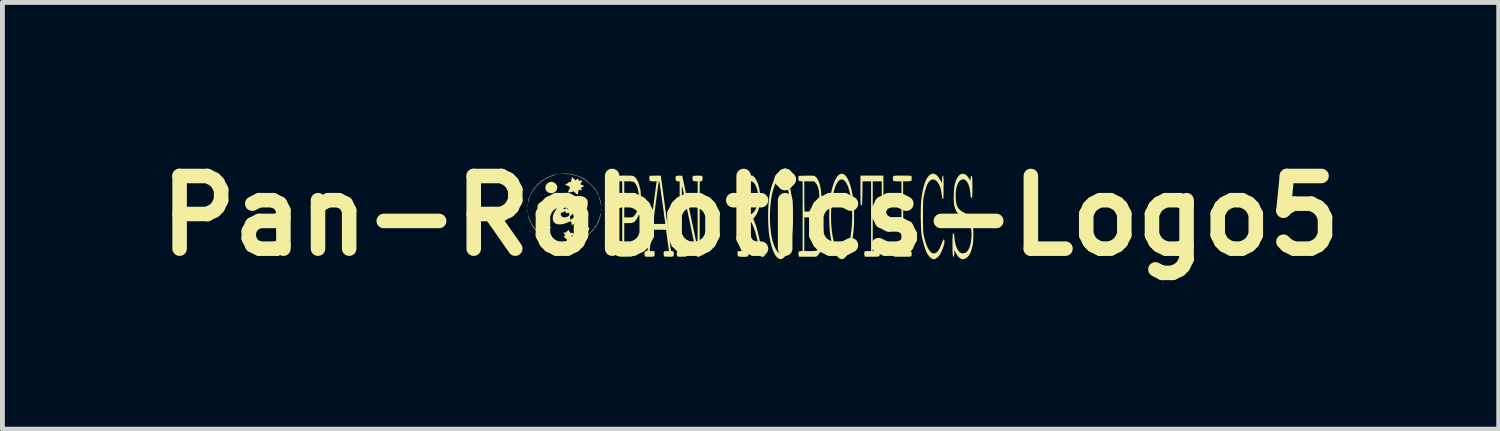
<source format=kicad_pcb>
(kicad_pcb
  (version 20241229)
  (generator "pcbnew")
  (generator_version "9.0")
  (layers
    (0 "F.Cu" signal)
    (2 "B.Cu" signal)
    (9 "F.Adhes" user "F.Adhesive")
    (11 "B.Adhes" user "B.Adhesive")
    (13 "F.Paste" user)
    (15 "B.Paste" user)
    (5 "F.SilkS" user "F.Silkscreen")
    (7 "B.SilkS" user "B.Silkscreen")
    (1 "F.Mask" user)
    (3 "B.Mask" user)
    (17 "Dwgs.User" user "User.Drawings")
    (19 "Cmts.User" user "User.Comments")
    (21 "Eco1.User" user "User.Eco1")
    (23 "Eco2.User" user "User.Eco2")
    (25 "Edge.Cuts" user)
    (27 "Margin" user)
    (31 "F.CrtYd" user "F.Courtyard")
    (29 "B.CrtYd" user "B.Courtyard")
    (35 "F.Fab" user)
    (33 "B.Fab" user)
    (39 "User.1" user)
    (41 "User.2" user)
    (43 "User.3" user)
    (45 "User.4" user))
  (footprint "Pan-Robotics-Logo5"
    (layer "F.Cu")
    (at 12.443 1.404)
    (property "Reference" "Pan-Robotics-Logo5" (at 0 0 0) (layer "F.SilkS") (effects (font (size 1.5 1.5) (thickness 0.3))))
    (attr board_only exclude_from_pos_files exclude_from_bom)
    (fp_poly (pts (xy -4.59 -0.036) (xy -4.589 -0.019) (xy -4.59 -0.015) (xy -4.593 -0.014) (xy -4.595 -0.025) (xy -4.593 -0.037)) (stroke (width 0) (type solid)) (fill yes) (layer "F.SilkS"))
    (fp_poly (pts (xy -3.084 -0.222) (xy -3.083 -0.205) (xy -3.084 -0.201) (xy -3.087 -0.2) (xy -3.088 -0.212) (xy -3.087 -0.224)) (stroke (width 0) (type solid)) (fill yes) (layer "F.SilkS"))
    (fp_poly (pts (xy -4.598 -0.235) (xy -4.597 -0.208) (xy -4.598 -0.188) (xy -4.6 -0.183) (xy -4.601 -0.193) (xy -4.602 -0.212) (xy -4.601 -0.232) (xy -4.6 -0.24)) (stroke (width 0) (type solid)) (fill yes) (layer "F.SilkS"))
    (fp_poly (pts (xy -3.959 -0.86) (xy -3.959 -0.858) (xy -3.972 -0.856) (xy -3.974 -0.856) (xy -3.987 -0.858) (xy -3.986 -0.86) (xy -3.984 -0.861) (xy -3.966 -0.862)) (stroke (width 0) (type solid)) (fill yes) (layer "F.SilkS"))
    (fp_poly (pts (xy -3.083 -0.133) (xy -3.082 -0.108) (xy -3.083 -0.091) (xy -3.085 -0.087) (xy -3.087 -0.099) (xy -3.087 -0.114) (xy -3.086 -0.133) (xy -3.085 -0.139)) (stroke (width 0) (type solid)) (fill yes) (layer "F.SilkS"))
    (fp_poly (pts (xy -4.598 -0.121) (xy -4.598 -0.12) (xy -4.597 -0.093) (xy -4.598 -0.07) (xy -4.6 -0.065) (xy -4.601 -0.075) (xy -4.602 -0.097) (xy -4.601 -0.119) (xy -4.6 -0.127)) (stroke (width 0) (type solid)) (fill yes) (layer "F.SilkS"))
    (fp_poly (pts (xy -3.353 0.234) (xy -3.335 0.25) (xy -3.328 0.271) (xy -3.335 0.294) (xy -3.343 0.305) (xy -3.367 0.32) (xy -3.394 0.318) (xy -3.404 0.313) (xy -3.425 0.293) (xy -3.432 0.271) (xy -3.426 0.25) (xy -3.408 0.234) (xy -3.382 0.229)) (stroke (width 0) (type solid)) (fill yes) (layer "F.SilkS"))
    (fp_poly (pts (xy -4.555 -0.4) (xy -4.558 -0.391) (xy -4.563 -0.376) (xy -4.57 -0.35) (xy -4.579 -0.319) (xy -4.579 -0.317) (xy -4.587 -0.292) (xy -4.592 -0.276) (xy -4.595 -0.275) (xy -4.595 -0.276) (xy -4.593 -0.292) (xy -4.588 -0.317) (xy -4.58 -0.345) (xy -4.571 -0.373) (xy -4.564 -0.394) (xy -4.558 -0.406) (xy -4.557 -0.406)) (stroke (width 0) (type solid)) (fill yes) (layer "F.SilkS"))
    (fp_poly (pts (xy -3.123 -0.39) (xy -3.115 -0.369) (xy -3.111 -0.354) (xy -3.102 -0.321) (xy -3.095 -0.288) (xy -3.091 -0.261) (xy -3.09 -0.242) (xy -3.092 -0.237) (xy -3.097 -0.244) (xy -3.098 -0.256) (xy -3.1 -0.274) (xy -3.106 -0.302) (xy -3.114 -0.334) (xy -3.114 -0.334) (xy -3.122 -0.367) (xy -3.127 -0.388) (xy -3.127 -0.396)) (stroke (width 0) (type solid)) (fill yes) (layer "F.SilkS"))
    (fp_poly (pts (xy -4.271 -0.282) (xy -4.24 -0.268) (xy -4.215 -0.243) (xy -4.201 -0.209) (xy -4.198 -0.184) (xy -4.206 -0.15) (xy -4.226 -0.122) (xy -4.255 -0.103) (xy -4.29 -0.094) (xy -4.328 -0.097) (xy -4.352 -0.106) (xy -4.381 -0.131) (xy -4.397 -0.162) (xy -4.399 -0.197) (xy -4.387 -0.232) (xy -4.374 -0.25) (xy -4.341 -0.275) (xy -4.306 -0.285)) (stroke (width 0) (type solid)) (fill yes) (layer "F.SilkS"))
    (fp_poly (pts (xy -4.077 -0.694) (xy -4.063 -0.689) (xy -4.026 -0.666) (xy -4.002 -0.635) (xy -3.99 -0.599) (xy -3.992 -0.561) (xy -4.006 -0.524) (xy -4.034 -0.492) (xy -4.045 -0.485) (xy -4.082 -0.469) (xy -4.124 -0.466) (xy -4.165 -0.475) (xy -4.179 -0.482) (xy -4.211 -0.511) (xy -4.231 -0.546) (xy -4.236 -0.584) (xy -4.229 -0.621) (xy -4.209 -0.655) (xy -4.176 -0.682) (xy -4.169 -0.685) (xy -4.136 -0.698) (xy -4.108 -0.701)) (stroke (width 0) (type solid)) (fill yes) (layer "F.SilkS"))
    (fp_poly (pts (xy -4.014 -0.852) (xy -4.028 -0.846) (xy -4.052 -0.839) (xy -4.058 -0.837) (xy -4.159 -0.801) (xy -4.25 -0.753) (xy -4.335 -0.691) (xy -4.379 -0.652) (xy -4.434 -0.595) (xy -4.479 -0.537) (xy -4.519 -0.474) (xy -4.525 -0.462) (xy -4.539 -0.438) (xy -4.549 -0.422) (xy -4.553 -0.418) (xy -4.553 -0.418) (xy -4.55 -0.429) (xy -4.54 -0.45) (xy -4.525 -0.477) (xy -4.523 -0.482) (xy -4.464 -0.572) (xy -4.392 -0.653) (xy -4.309 -0.724) (xy -4.223 -0.777) (xy -4.187 -0.796) (xy -4.145 -0.814) (xy -4.103 -0.83) (xy -4.065 -0.843) (xy -4.033 -0.852) (xy -4.015 -0.854)) (stroke (width 0) (type solid)) (fill yes) (layer "F.SilkS"))
    (fp_poly (pts (xy -3.739 -0.865) (xy -3.631 -0.845) (xy -3.528 -0.809) (xy -3.447 -0.769) (xy -3.402 -0.739) (xy -3.352 -0.7) (xy -3.303 -0.656) (xy -3.257 -0.61) (xy -3.22 -0.567) (xy -3.208 -0.551) (xy -3.189 -0.52) (xy -3.17 -0.488) (xy -3.153 -0.458) (xy -3.141 -0.432) (xy -3.134 -0.415) (xy -3.134 -0.41) (xy -3.139 -0.414) (xy -3.148 -0.431) (xy -3.154 -0.442) (xy -3.2 -0.526) (xy -3.261 -0.605) (xy -3.334 -0.676) (xy -3.416 -0.738) (xy -3.487 -0.779) (xy -3.548 -0.808) (xy -3.605 -0.829) (xy -3.662 -0.844) (xy -3.724 -0.855) (xy -3.796 -0.861) (xy -3.83 -0.863) (xy -3.948 -0.869) (xy -3.854 -0.87)) (stroke (width 0) (type solid)) (fill yes) (layer "F.SilkS"))
    (fp_poly (pts (xy -3.754 0.294) (xy -3.747 0.307) (xy -3.74 0.322) (xy -3.729 0.344) (xy -3.719 0.353) (xy -3.706 0.354) (xy -3.699 0.353) (xy -3.68 0.351) (xy -3.673 0.357) (xy -3.673 0.36) (xy -3.666 0.371) (xy -3.658 0.373) (xy -3.652 0.376) (xy -3.659 0.385) (xy -3.672 0.396) (xy -3.701 0.42) (xy -3.682 0.457) (xy -3.663 0.493) (xy -3.701 0.487) (xy -3.726 0.485) (xy -3.741 0.488) (xy -3.754 0.501) (xy -3.76 0.508) (xy -3.774 0.523) (xy -3.784 0.529) (xy -3.786 0.528) (xy -3.79 0.516) (xy -3.792 0.498) (xy -3.795 0.48) (xy -3.806 0.474) (xy -3.809 0.474) (xy -3.822 0.469) (xy -3.826 0.462) (xy -3.832 0.448) (xy -3.844 0.439) (xy -3.862 0.43) (xy -3.842 0.414) (xy -3.822 0.399) (xy -3.846 0.373) (xy -3.871 0.347) (xy -3.837 0.347) (xy -3.813 0.345) (xy -3.802 0.339) (xy -3.797 0.328) (xy -3.792 0.316) (xy -3.787 0.316) (xy -3.778 0.314) (xy -3.768 0.304) (xy -3.76 0.294)) (stroke (width 0) (type solid)) (fill yes) (layer "F.SilkS"))
    (fp_poly (pts (xy -3.09 -0.052) (xy -3.093 -0.024) (xy -3.102 0.015) (xy -3.116 0.06) (xy -3.133 0.107) (xy -3.145 0.134) (xy -3.197 0.228) (xy -3.262 0.311) (xy -3.338 0.385) (xy -3.424 0.447) (xy -3.518 0.497) (xy -3.618 0.534) (xy -3.723 0.558) (xy -3.832 0.568) (xy -3.942 0.562) (xy -4.012 0.551) (xy -4.119 0.52) (xy -4.22 0.474) (xy -4.313 0.415) (xy -4.396 0.344) (xy -4.467 0.262) (xy -4.493 0.226) (xy -4.514 0.19) (xy -4.535 0.15) (xy -4.555 0.108) (xy -4.571 0.068) (xy -4.583 0.035) (xy -4.587 0.012) (xy -4.587 0.011) (xy -4.585 0.011) (xy -4.578 0.025) (xy -4.568 0.05) (xy -4.563 0.066) (xy -4.521 0.161) (xy -4.464 0.25) (xy -4.395 0.332) (xy -4.315 0.403) (xy -4.225 0.462) (xy -4.148 0.5) (xy -4.046 0.534) (xy -3.938 0.553) (xy -3.828 0.558) (xy -3.718 0.548) (xy -3.611 0.524) (xy -3.51 0.486) (xy -3.493 0.478) (xy -3.435 0.446) (xy -3.386 0.414) (xy -3.339 0.376) (xy -3.296 0.335) (xy -3.224 0.252) (xy -3.167 0.162) (xy -3.125 0.064) (xy -3.103 -0.013) (xy -3.097 -0.038) (xy -3.093 -0.053) (xy -3.09 -0.054)) (stroke (width 0) (type solid)) (fill yes) (layer "F.SilkS"))
    (fp_poly (pts (xy 3.196 -0.829) (xy 3.242 -0.829) (xy 3.275 -0.828) (xy 3.297 -0.826) (xy 3.311 -0.824) (xy 3.318 -0.82) (xy 3.321 -0.816) (xy 3.325 -0.795) (xy 3.326 -0.768) (xy 3.324 -0.742) (xy 3.318 -0.724) (xy 3.316 -0.721) (xy 3.302 -0.716) (xy 3.272 -0.712) (xy 3.23 -0.711) (xy 3.227 -0.711) (xy 3.148 -0.711) (xy 3.151 0.006) (xy 3.153 0.724) (xy 3.233 0.726) (xy 3.276 0.729) (xy 3.305 0.733) (xy 3.319 0.738) (xy 3.32 0.739) (xy 3.324 0.756) (xy 3.326 0.781) (xy 3.324 0.808) (xy 3.32 0.829) (xy 3.316 0.836) (xy 3.306 0.84) (xy 3.284 0.843) (xy 3.249 0.845) (xy 3.2 0.846) (xy 3.135 0.846) (xy 3.13 0.846) (xy 3.071 0.846) (xy 3.027 0.846) (xy 2.995 0.845) (xy 2.973 0.843) (xy 2.96 0.841) (xy 2.952 0.837) (xy 2.947 0.832) (xy 2.946 0.83) (xy 2.939 0.81) (xy 2.937 0.787) (xy 2.938 0.762) (xy 2.944 0.745) (xy 2.958 0.735) (xy 2.982 0.73) (xy 3.019 0.728) (xy 3.035 0.728) (xy 3.115 0.728) (xy 3.115 0.008) (xy 3.115 -0.711) (xy 3.035 -0.711) (xy 2.993 -0.712) (xy 2.965 -0.715) (xy 2.948 -0.724) (xy 2.94 -0.738) (xy 2.937 -0.761) (xy 2.937 -0.77) (xy 2.94 -0.795) (xy 2.946 -0.813) (xy 2.95 -0.819) (xy 2.956 -0.823) (xy 2.967 -0.825) (xy 2.985 -0.827) (xy 3.012 -0.829) (xy 3.051 -0.829) (xy 3.103 -0.829) (xy 3.135 -0.829)) (stroke (width 0) (type solid)) (fill yes) (layer "F.SilkS"))
    (fp_poly (pts (xy -4.318 0.064) (xy -4.302 0.082) (xy -4.299 0.085) (xy -4.281 0.106) (xy -4.269 0.115) (xy -4.259 0.115) (xy -4.254 0.111) (xy -4.243 0.104) (xy -4.24 0.11) (xy -4.235 0.116) (xy -4.216 0.116) (xy -4.207 0.114) (xy -4.185 0.112) (xy -4.174 0.112) (xy -4.173 0.113) (xy -4.177 0.122) (xy -4.186 0.14) (xy -4.194 0.154) (xy -4.208 0.18) (xy -4.214 0.196) (xy -4.212 0.202) (xy -4.208 0.203) (xy -4.196 0.206) (xy -4.175 0.215) (xy -4.159 0.221) (xy -4.119 0.239) (xy -4.151 0.256) (xy -4.171 0.269) (xy -4.179 0.281) (xy -4.178 0.283) (xy -4.18 0.291) (xy -4.19 0.29) (xy -4.201 0.29) (xy -4.206 0.299) (xy -4.207 0.319) (xy -4.209 0.351) (xy -4.214 0.368) (xy -4.225 0.37) (xy -4.243 0.359) (xy -4.253 0.351) (xy -4.282 0.331) (xy -4.307 0.322) (xy -4.325 0.325) (xy -4.328 0.327) (xy -4.339 0.332) (xy -4.357 0.334) (xy -4.374 0.335) (xy -4.384 0.332) (xy -4.384 0.331) (xy -4.382 0.321) (xy -4.375 0.3) (xy -4.37 0.285) (xy -4.362 0.263) (xy -4.36 0.248) (xy -4.366 0.237) (xy -4.382 0.225) (xy -4.41 0.209) (xy -4.411 0.208) (xy -4.429 0.198) (xy -4.433 0.192) (xy -4.425 0.186) (xy -4.42 0.184) (xy -4.406 0.175) (xy -4.401 0.169) (xy -4.394 0.163) (xy -4.377 0.158) (xy -4.361 0.153) (xy -4.352 0.141) (xy -4.347 0.118) (xy -4.346 0.117) (xy -4.341 0.082) (xy -4.335 0.063) (xy -4.328 0.057)) (stroke (width 0) (type solid)) (fill yes) (layer "F.SilkS"))
    (fp_poly (pts (xy 2.742 -0.53) (xy 2.742 -0.448) (xy 2.742 -0.382) (xy 2.741 -0.33) (xy 2.74 -0.289) (xy 2.739 -0.26) (xy 2.737 -0.24) (xy 2.734 -0.228) (xy 2.731 -0.221) (xy 2.731 -0.221) (xy 2.72 -0.216) (xy 2.714 -0.225) (xy 2.712 -0.237) (xy 2.711 -0.263) (xy 2.71 -0.302) (xy 2.709 -0.35) (xy 2.709 -0.407) (xy 2.708 -0.468) (xy 2.708 -0.475) (xy 2.708 -0.711) (xy 2.615 -0.711) (xy 2.522 -0.711) (xy 2.522 0.008) (xy 2.522 0.728) (xy 2.585 0.728) (xy 2.623 0.729) (xy 2.647 0.735) (xy 2.66 0.748) (xy 2.665 0.769) (xy 2.666 0.787) (xy 2.666 0.808) (xy 2.663 0.823) (xy 2.655 0.833) (xy 2.641 0.84) (xy 2.617 0.844) (xy 2.582 0.846) (xy 2.534 0.846) (xy 2.505 0.846) (xy 2.361 0.846) (xy 2.353 0.825) (xy 2.345 0.788) (xy 2.349 0.754) (xy 2.353 0.744) (xy 2.36 0.736) (xy 2.373 0.731) (xy 2.394 0.728) (xy 2.425 0.728) (xy 2.488 0.728) (xy 2.488 0.008) (xy 2.488 -0.711) (xy 2.4 -0.711) (xy 2.312 -0.711) (xy 2.309 -0.476) (xy 2.308 -0.414) (xy 2.306 -0.357) (xy 2.304 -0.308) (xy 2.303 -0.268) (xy 2.301 -0.24) (xy 2.299 -0.227) (xy 2.299 -0.226) (xy 2.29 -0.216) (xy 2.28 -0.221) (xy 2.277 -0.226) (xy 2.274 -0.238) (xy 2.272 -0.256) (xy 2.271 -0.284) (xy 2.27 -0.322) (xy 2.269 -0.373) (xy 2.268 -0.437) (xy 2.268 -0.516) (xy 2.268 -0.53) (xy 2.268 -0.829) (xy 2.505 -0.829) (xy 2.742 -0.829)) (stroke (width 0) (type solid)) (fill yes) (layer "F.SilkS"))
    (fp_poly (pts (xy -3.675 -0.79) (xy -3.659 -0.776) (xy -3.644 -0.762) (xy -3.609 -0.728) (xy -3.589 -0.749) (xy -3.571 -0.766) (xy -3.56 -0.768) (xy -3.555 -0.757) (xy -3.553 -0.747) (xy -3.55 -0.733) (xy -3.543 -0.727) (xy -3.527 -0.726) (xy -3.509 -0.727) (xy -3.486 -0.728) (xy -3.476 -0.725) (xy -3.477 -0.716) (xy -3.488 -0.697) (xy -3.497 -0.684) (xy -3.509 -0.663) (xy -3.509 -0.65) (xy -3.495 -0.641) (xy -3.478 -0.635) (xy -3.456 -0.626) (xy -3.442 -0.619) (xy -3.44 -0.617) (xy -3.444 -0.609) (xy -3.46 -0.598) (xy -3.47 -0.593) (xy -3.504 -0.575) (xy -3.491 -0.55) (xy -3.478 -0.524) (xy -3.502 -0.529) (xy -3.522 -0.534) (xy -3.535 -0.538) (xy -3.543 -0.537) (xy -3.55 -0.527) (xy -3.555 -0.506) (xy -3.559 -0.479) (xy -3.565 -0.456) (xy -3.572 -0.442) (xy -3.575 -0.44) (xy -3.586 -0.446) (xy -3.604 -0.46) (xy -3.62 -0.475) (xy -3.641 -0.495) (xy -3.654 -0.504) (xy -3.664 -0.503) (xy -3.668 -0.5) (xy -3.684 -0.493) (xy -3.71 -0.488) (xy -3.728 -0.486) (xy -3.775 -0.483) (xy -3.748 -0.535) (xy -3.735 -0.564) (xy -3.73 -0.583) (xy -3.735 -0.596) (xy -3.752 -0.608) (xy -3.783 -0.622) (xy -3.789 -0.624) (xy -3.81 -0.634) (xy -3.824 -0.642) (xy -3.826 -0.645) (xy -3.818 -0.651) (xy -3.801 -0.659) (xy -3.796 -0.66) (xy -3.777 -0.67) (xy -3.767 -0.68) (xy -3.766 -0.682) (xy -3.759 -0.691) (xy -3.738 -0.694) (xy -3.722 -0.695) (xy -3.713 -0.7) (xy -3.706 -0.713) (xy -3.7 -0.738) (xy -3.699 -0.745) (xy -3.692 -0.771) (xy -3.687 -0.79) (xy -3.683 -0.796)) (stroke (width 0) (type solid)) (fill yes) (layer "F.SilkS"))
    (fp_poly (pts (xy -2.521 -0.829) (xy -2.482 -0.828) (xy -2.454 -0.827) (xy -2.434 -0.824) (xy -2.419 -0.82) (xy -2.408 -0.814) (xy -2.407 -0.813) (xy -2.373 -0.785) (xy -2.344 -0.744) (xy -2.317 -0.688) (xy -2.294 -0.617) (xy -2.28 -0.563) (xy -2.271 -0.512) (xy -2.266 -0.45) (xy -2.263 -0.38) (xy -2.263 -0.307) (xy -2.266 -0.236) (xy -2.272 -0.172) (xy -2.281 -0.118) (xy -2.284 -0.107) (xy -2.3 -0.046) (xy -2.318 0.003) (xy -2.339 0.045) (xy -2.362 0.081) (xy -2.385 0.111) (xy -2.408 0.132) (xy -2.435 0.144) (xy -2.47 0.15) (xy -2.518 0.152) (xy -2.524 0.152) (xy -2.607 0.152) (xy -2.607 0.44) (xy -2.607 0.727) (xy -2.525 0.73) (xy -2.443 0.732) (xy -2.436 0.76) (xy -2.433 0.788) (xy -2.436 0.815) (xy -2.443 0.842) (xy -2.579 0.844) (xy -2.631 0.845) (xy -2.667 0.845) (xy -2.692 0.844) (xy -2.708 0.842) (xy -2.718 0.839) (xy -2.723 0.834) (xy -2.725 0.83) (xy -2.733 0.803) (xy -2.733 0.771) (xy -2.725 0.744) (xy -2.713 0.732) (xy -2.689 0.728) (xy -2.683 0.728) (xy -2.649 0.728) (xy -2.649 0.008) (xy -2.649 -0.711) (xy -2.607 -0.711) (xy -2.607 -0.339) (xy -2.607 0.034) (xy -2.523 0.034) (xy -2.484 0.034) (xy -2.458 0.032) (xy -2.44 0.029) (xy -2.427 0.022) (xy -2.413 0.012) (xy -2.408 0.008) (xy -2.373 -0.034) (xy -2.344 -0.09) (xy -2.322 -0.159) (xy -2.309 -0.239) (xy -2.304 -0.328) (xy -2.304 -0.38) (xy -2.311 -0.471) (xy -2.326 -0.548) (xy -2.347 -0.612) (xy -2.374 -0.66) (xy -2.392 -0.681) (xy -2.409 -0.696) (xy -2.432 -0.704) (xy -2.462 -0.709) (xy -2.504 -0.711) (xy -2.52 -0.711) (xy -2.607 -0.711) (xy -2.649 -0.711) (xy -2.683 -0.711) (xy -2.71 -0.715) (xy -2.727 -0.73) (xy -2.733 -0.757) (xy -2.734 -0.77) (xy -2.733 -0.791) (xy -2.73 -0.806) (xy -2.723 -0.817) (xy -2.708 -0.823) (xy -2.684 -0.827) (xy -2.649 -0.829) (xy -2.6 -0.829) (xy -2.575 -0.829)) (stroke (width 0) (type solid)) (fill yes) (layer "F.SilkS"))
    (fp_poly (pts (xy 0.651 -0.863) (xy 0.685 -0.842) (xy 0.718 -0.805) (xy 0.748 -0.754) (xy 0.777 -0.69) (xy 0.803 -0.612) (xy 0.826 -0.522) (xy 0.846 -0.419) (xy 0.863 -0.305) (xy 0.864 -0.292) (xy 0.868 -0.253) (xy 0.871 -0.201) (xy 0.873 -0.139) (xy 0.875 -0.071) (xy 0.875 -0.000458) (xy 0.876 0.013) (xy 0.875 0.11) (xy 0.872 0.195) (xy 0.868 0.271) (xy 0.861 0.342) (xy 0.852 0.412) (xy 0.839 0.485) (xy 0.837 0.499) (xy 0.816 0.593) (xy 0.791 0.676) (xy 0.763 0.748) (xy 0.733 0.807) (xy 0.7 0.852) (xy 0.666 0.881) (xy 0.66 0.885) (xy 0.632 0.895) (xy 0.606 0.894) (xy 0.576 0.882) (xy 0.576 0.881) (xy 0.544 0.856) (xy 0.512 0.815) (xy 0.483 0.761) (xy 0.455 0.694) (xy 0.43 0.616) (xy 0.408 0.53) (xy 0.39 0.436) (xy 0.385 0.408) (xy 0.375 0.319) (xy 0.368 0.217) (xy 0.363 0.108) (xy 0.362 0.013) (xy 0.399 0.013) (xy 0.401 0.117) (xy 0.407 0.219) (xy 0.417 0.32) (xy 0.432 0.417) (xy 0.452 0.509) (xy 0.453 0.515) (xy 0.47 0.571) (xy 0.49 0.626) (xy 0.514 0.676) (xy 0.538 0.718) (xy 0.561 0.748) (xy 0.575 0.759) (xy 0.604 0.775) (xy 0.63 0.777) (xy 0.659 0.767) (xy 0.66 0.766) (xy 0.69 0.742) (xy 0.719 0.702) (xy 0.744 0.648) (xy 0.767 0.583) (xy 0.787 0.507) (xy 0.804 0.422) (xy 0.817 0.33) (xy 0.827 0.232) (xy 0.834 0.13) (xy 0.836 0.026) (xy 0.835 -0.08) (xy 0.83 -0.185) (xy 0.82 -0.287) (xy 0.806 -0.386) (xy 0.791 -0.461) (xy 0.769 -0.549) (xy 0.743 -0.622) (xy 0.716 -0.678) (xy 0.685 -0.719) (xy 0.653 -0.743) (xy 0.618 -0.751) (xy 0.605 -0.75) (xy 0.572 -0.735) (xy 0.542 -0.705) (xy 0.514 -0.662) (xy 0.489 -0.605) (xy 0.467 -0.538) (xy 0.447 -0.462) (xy 0.431 -0.377) (xy 0.417 -0.286) (xy 0.408 -0.189) (xy 0.402 -0.089) (xy 0.399 0.013) (xy 0.362 0.013) (xy 0.362 -0.005) (xy 0.364 -0.117) (xy 0.369 -0.224) (xy 0.377 -0.322) (xy 0.385 -0.385) (xy 0.402 -0.482) (xy 0.424 -0.571) (xy 0.448 -0.651) (xy 0.476 -0.721) (xy 0.506 -0.779) (xy 0.538 -0.823) (xy 0.57 -0.853) (xy 0.579 -0.858) (xy 0.615 -0.868)) (stroke (width 0) (type solid)) (fill yes) (layer "F.SilkS"))
    (fp_poly (pts (xy 1.912 -0.863) (xy 1.946 -0.842) (xy 1.979 -0.805) (xy 2.009 -0.754) (xy 2.038 -0.69) (xy 2.064 -0.612) (xy 2.087 -0.522) (xy 2.107 -0.419) (xy 2.124 -0.305) (xy 2.126 -0.292) (xy 2.129 -0.253) (xy 2.132 -0.201) (xy 2.134 -0.139) (xy 2.136 -0.071) (xy 2.137 -0.000458) (xy 2.137 0.013) (xy 2.136 0.11) (xy 2.133 0.195) (xy 2.129 0.271) (xy 2.122 0.342) (xy 2.113 0.412) (xy 2.1 0.485) (xy 2.098 0.499) (xy 2.077 0.593) (xy 2.052 0.676) (xy 2.024 0.748) (xy 1.994 0.807) (xy 1.961 0.852) (xy 1.927 0.881) (xy 1.921 0.885) (xy 1.893 0.895) (xy 1.868 0.894) (xy 1.838 0.882) (xy 1.837 0.881) (xy 1.805 0.856) (xy 1.774 0.815) (xy 1.744 0.761) (xy 1.716 0.694) (xy 1.691 0.616) (xy 1.669 0.53) (xy 1.651 0.436) (xy 1.647 0.408) (xy 1.636 0.319) (xy 1.629 0.217) (xy 1.624 0.108) (xy 1.623 0.013) (xy 1.661 0.013) (xy 1.662 0.117) (xy 1.668 0.219) (xy 1.678 0.32) (xy 1.693 0.417) (xy 1.713 0.509) (xy 1.714 0.515) (xy 1.731 0.571) (xy 1.752 0.626) (xy 1.775 0.676) (xy 1.799 0.718) (xy 1.822 0.748) (xy 1.836 0.759) (xy 1.865 0.775) (xy 1.891 0.777) (xy 1.92 0.767) (xy 1.921 0.766) (xy 1.951 0.742) (xy 1.98 0.702) (xy 2.005 0.648) (xy 2.028 0.583) (xy 2.048 0.507) (xy 2.065 0.422) (xy 2.078 0.33) (xy 2.088 0.232) (xy 2.095 0.13) (xy 2.098 0.026) (xy 2.096 -0.08) (xy 2.091 -0.185) (xy 2.081 -0.287) (xy 2.067 -0.386) (xy 2.052 -0.461) (xy 2.03 -0.549) (xy 2.005 -0.622) (xy 1.977 -0.678) (xy 1.947 -0.719) (xy 1.914 -0.743) (xy 1.879 -0.751) (xy 1.866 -0.75) (xy 1.833 -0.735) (xy 1.803 -0.705) (xy 1.775 -0.662) (xy 1.75 -0.605) (xy 1.728 -0.538) (xy 1.708 -0.462) (xy 1.692 -0.377) (xy 1.679 -0.286) (xy 1.669 -0.189) (xy 1.663 -0.089) (xy 1.661 0.013) (xy 1.623 0.013) (xy 1.623 -0.005) (xy 1.625 -0.117) (xy 1.63 -0.224) (xy 1.639 -0.322) (xy 1.646 -0.385) (xy 1.664 -0.482) (xy 1.685 -0.571) (xy 1.71 -0.651) (xy 1.737 -0.721) (xy 1.767 -0.779) (xy 1.799 -0.823) (xy 1.831 -0.853) (xy 1.84 -0.858) (xy 1.876 -0.868)) (stroke (width 0) (type solid)) (fill yes) (layer "F.SilkS"))
    (fp_poly (pts (xy -1.023 -0.827) (xy -1.005 -0.822) (xy -0.995 -0.812) (xy -0.991 -0.796) (xy -0.99 -0.771) (xy -0.99 -0.77) (xy -0.994 -0.737) (xy -1.005 -0.718) (xy -1.025 -0.711) (xy -1.03 -0.711) (xy -1.05 -0.711) (xy -1.05 0.068) (xy -1.05 0.846) (xy -1.077 0.846) (xy -1.105 0.846) (xy -1.248 0.163) (xy -1.27 0.056) (xy -1.292 -0.047) (xy -1.313 -0.145) (xy -1.332 -0.237) (xy -1.35 -0.321) (xy -1.366 -0.396) (xy -1.379 -0.461) (xy -1.391 -0.513) (xy -1.399 -0.553) (xy -1.404 -0.578) (xy -1.406 -0.584) (xy -1.408 -0.595) (xy -1.411 -0.603) (xy -1.413 -0.607) (xy -1.414 -0.606) (xy -1.416 -0.599) (xy -1.417 -0.586) (xy -1.418 -0.564) (xy -1.419 -0.534) (xy -1.419 -0.493) (xy -1.42 -0.442) (xy -1.42 -0.379) (xy -1.421 -0.303) (xy -1.421 -0.214) (xy -1.421 -0.109) (xy -1.421 0.011) (xy -1.421 0.04) (xy -1.422 0.727) (xy -1.374 0.73) (xy -1.346 0.732) (xy -1.331 0.736) (xy -1.323 0.744) (xy -1.319 0.76) (xy -1.316 0.788) (xy -1.319 0.815) (xy -1.326 0.842) (xy -1.415 0.845) (xy -1.457 0.845) (xy -1.486 0.844) (xy -1.504 0.841) (xy -1.513 0.836) (xy -1.514 0.835) (xy -1.52 0.818) (xy -1.522 0.791) (xy -1.522 0.777) (xy -1.52 0.751) (xy -1.516 0.737) (xy -1.507 0.732) (xy -1.492 0.729) (xy -1.464 0.727) (xy -1.464 0.008) (xy -1.464 -0.711) (xy -1.498 -0.711) (xy -1.524 -0.715) (xy -1.54 -0.728) (xy -1.548 -0.753) (xy -1.549 -0.777) (xy -1.546 -0.802) (xy -1.537 -0.818) (xy -1.519 -0.826) (xy -1.487 -0.828) (xy -1.468 -0.828) (xy -1.41 -0.825) (xy -1.256 -0.093) (xy -1.233 0.016) (xy -1.211 0.12) (xy -1.19 0.219) (xy -1.171 0.31) (xy -1.153 0.393) (xy -1.137 0.467) (xy -1.124 0.53) (xy -1.113 0.581) (xy -1.105 0.619) (xy -1.099 0.643) (xy -1.098 0.652) (xy -1.097 0.645) (xy -1.096 0.623) (xy -1.096 0.587) (xy -1.095 0.537) (xy -1.095 0.476) (xy -1.094 0.403) (xy -1.094 0.321) (xy -1.093 0.231) (xy -1.093 0.133) (xy -1.093 0.03) (xy -1.093 -0.023) (xy -1.092 -0.71) (xy -1.14 -0.713) (xy -1.168 -0.715) (xy -1.183 -0.719) (xy -1.191 -0.727) (xy -1.196 -0.743) (xy -1.2 -0.779) (xy -1.196 -0.798) (xy -1.189 -0.825) (xy -1.096 -0.828) (xy -1.053 -0.828)) (stroke (width 0) (type solid)) (fill yes) (layer "F.SilkS"))
    (fp_poly (pts (xy 0.072 -0.803) (xy 0.104 -0.765) (xy 0.132 -0.714) (xy 0.156 -0.651) (xy 0.176 -0.58) (xy 0.189 -0.502) (xy 0.197 -0.42) (xy 0.197 -0.338) (xy 0.194 -0.292) (xy 0.18 -0.192) (xy 0.157 -0.105) (xy 0.124 -0.031) (xy 0.083 0.028) (xy 0.083 0.029) (xy 0.054 0.062) (xy 0.082 0.13) (xy 0.099 0.171) (xy 0.114 0.215) (xy 0.129 0.264) (xy 0.145 0.321) (xy 0.161 0.388) (xy 0.18 0.468) (xy 0.19 0.516) (xy 0.202 0.569) (xy 0.213 0.618) (xy 0.222 0.659) (xy 0.228 0.689) (xy 0.232 0.707) (xy 0.233 0.709) (xy 0.243 0.725) (xy 0.257 0.728) (xy 0.28 0.734) (xy 0.292 0.751) (xy 0.296 0.781) (xy 0.293 0.815) (xy 0.283 0.836) (xy 0.263 0.845) (xy 0.246 0.846) (xy 0.214 0.846) (xy 0.204 0.793) (xy 0.191 0.73) (xy 0.176 0.66) (xy 0.16 0.588) (xy 0.144 0.517) (xy 0.127 0.45) (xy 0.112 0.39) (xy 0.099 0.34) (xy 0.088 0.305) (xy 0.072 0.26) (xy 0.054 0.214) (xy 0.036 0.174) (xy 0.027 0.157) (xy -0.005 0.097) (xy -0.079 0.095) (xy -0.152 0.092) (xy -0.152 0.41) (xy -0.152 0.728) (xy -0.102 0.728) (xy -0.072 0.729) (xy -0.055 0.734) (xy -0.047 0.741) (xy -0.043 0.763) (xy -0.043 0.79) (xy -0.045 0.816) (xy -0.051 0.834) (xy -0.052 0.836) (xy -0.066 0.841) (xy -0.092 0.845) (xy -0.126 0.847) (xy -0.163 0.847) (xy -0.2 0.846) (xy -0.232 0.843) (xy -0.254 0.838) (xy -0.262 0.834) (xy -0.267 0.819) (xy -0.27 0.792) (xy -0.269 0.777) (xy -0.267 0.732) (xy -0.226 0.73) (xy -0.186 0.727) (xy -0.186 0.008) (xy -0.186 -0.711) (xy -0.152 -0.711) (xy -0.152 -0.368) (xy -0.152 -0.025) (xy -0.078 -0.025) (xy -0.035 -0.027) (xy -0.004 -0.03) (xy 0.019 -0.038) (xy 0.025 -0.041) (xy 0.059 -0.067) (xy 0.089 -0.108) (xy 0.116 -0.16) (xy 0.138 -0.22) (xy 0.153 -0.287) (xy 0.153 -0.29) (xy 0.159 -0.355) (xy 0.157 -0.424) (xy 0.148 -0.491) (xy 0.133 -0.555) (xy 0.112 -0.611) (xy 0.086 -0.658) (xy 0.059 -0.689) (xy 0.046 -0.699) (xy 0.034 -0.705) (xy 0.017 -0.709) (xy -0.007 -0.71) (xy -0.043 -0.711) (xy -0.06 -0.711) (xy -0.152 -0.711) (xy -0.186 -0.711) (xy -0.219 -0.711) (xy -0.246 -0.714) (xy -0.262 -0.726) (xy -0.269 -0.748) (xy -0.269 -0.78) (xy -0.267 -0.825) (xy -0.113 -0.828) (xy 0.041 -0.83)) (stroke (width 0) (type solid)) (fill yes) (layer "F.SilkS"))
    (fp_poly (pts (xy 1.278 -0.828) (xy 1.299 -0.826) (xy 1.314 -0.823) (xy 1.325 -0.818) (xy 1.336 -0.812) (xy 1.338 -0.81) (xy 1.367 -0.782) (xy 1.393 -0.739) (xy 1.416 -0.684) (xy 1.435 -0.62) (xy 1.449 -0.55) (xy 1.458 -0.474) (xy 1.461 -0.397) (xy 1.457 -0.321) (xy 1.456 -0.308) (xy 1.444 -0.229) (xy 1.427 -0.156) (xy 1.405 -0.094) (xy 1.395 -0.074) (xy 1.379 -0.043) (xy 1.41 0.001) (xy 1.442 0.056) (xy 1.468 0.122) (xy 1.487 0.197) (xy 1.499 0.277) (xy 1.505 0.36) (xy 1.505 0.445) (xy 1.498 0.527) (xy 1.485 0.606) (xy 1.466 0.677) (xy 1.441 0.74) (xy 1.41 0.791) (xy 1.384 0.82) (xy 1.354 0.846) (xy 1.177 0.846) (xy 0.999 0.846) (xy 0.991 0.815) (xy 0.987 0.785) (xy 0.989 0.758) (xy 0.989 0.757) (xy 0.995 0.742) (xy 1.005 0.734) (xy 1.025 0.73) (xy 1.035 0.73) (xy 1.075 0.727) (xy 1.075 0.034) (xy 1.109 0.034) (xy 1.109 0.381) (xy 1.109 0.728) (xy 1.23 0.728) (xy 1.281 0.728) (xy 1.317 0.726) (xy 1.343 0.724) (xy 1.359 0.72) (xy 1.369 0.715) (xy 1.395 0.688) (xy 1.417 0.647) (xy 1.436 0.594) (xy 1.45 0.532) (xy 1.459 0.462) (xy 1.462 0.427) (xy 1.462 0.342) (xy 1.454 0.263) (xy 1.439 0.193) (xy 1.416 0.134) (xy 1.388 0.089) (xy 1.381 0.081) (xy 1.36 0.062) (xy 1.337 0.049) (xy 1.309 0.04) (xy 1.271 0.036) (xy 1.221 0.034) (xy 1.206 0.034) (xy 1.109 0.034) (xy 1.075 0.034) (xy 1.075 0.008) (xy 1.075 -0.71) (xy 1.061 -0.711) (xy 1.109 -0.711) (xy 1.109 -0.403) (xy 1.109 -0.333) (xy 1.109 -0.268) (xy 1.11 -0.21) (xy 1.111 -0.161) (xy 1.112 -0.123) (xy 1.114 -0.099) (xy 1.115 -0.09) (xy 1.126 -0.087) (xy 1.149 -0.086) (xy 1.182 -0.086) (xy 1.21 -0.086) (xy 1.253 -0.088) (xy 1.282 -0.091) (xy 1.303 -0.096) (xy 1.317 -0.103) (xy 1.322 -0.106) (xy 1.355 -0.14) (xy 1.381 -0.186) (xy 1.398 -0.235) (xy 1.413 -0.306) (xy 1.419 -0.38) (xy 1.418 -0.454) (xy 1.409 -0.524) (xy 1.393 -0.588) (xy 1.37 -0.642) (xy 1.342 -0.681) (xy 1.314 -0.711) (xy 1.211 -0.711) (xy 1.109 -0.711) (xy 1.061 -0.711) (xy 1.035 -0.713) (xy 1.011 -0.715) (xy 0.998 -0.721) (xy 0.992 -0.733) (xy 0.989 -0.746) (xy 0.986 -0.774) (xy 0.989 -0.8) (xy 0.989 -0.801) (xy 0.996 -0.825) (xy 1.152 -0.828) (xy 1.208 -0.828) (xy 1.249 -0.828)) (stroke (width 0) (type solid)) (fill yes) (layer "F.SilkS"))
    (fp_poly (pts (xy 3.781 -0.867) (xy 3.793 -0.864) (xy 3.829 -0.847) (xy 3.863 -0.816) (xy 3.895 -0.772) (xy 3.917 -0.733) (xy 3.948 -0.673) (xy 3.953 -0.746) (xy 3.955 -0.78) (xy 3.959 -0.808) (xy 3.962 -0.824) (xy 3.964 -0.826) (xy 3.97 -0.83) (xy 3.975 -0.825) (xy 3.979 -0.81) (xy 3.982 -0.784) (xy 3.984 -0.746) (xy 3.985 -0.694) (xy 3.985 -0.628) (xy 3.984 -0.576) (xy 3.984 -0.506) (xy 3.983 -0.451) (xy 3.982 -0.41) (xy 3.98 -0.38) (xy 3.978 -0.361) (xy 3.976 -0.349) (xy 3.972 -0.344) (xy 3.97 -0.343) (xy 3.963 -0.347) (xy 3.958 -0.36) (xy 3.953 -0.384) (xy 3.948 -0.423) (xy 3.947 -0.434) (xy 3.934 -0.518) (xy 3.915 -0.588) (xy 3.89 -0.647) (xy 3.874 -0.673) (xy 3.84 -0.716) (xy 3.805 -0.742) (xy 3.769 -0.752) (xy 3.733 -0.745) (xy 3.699 -0.721) (xy 3.666 -0.681) (xy 3.642 -0.635) (xy 3.619 -0.573) (xy 3.597 -0.496) (xy 3.579 -0.414) (xy 3.573 -0.388) (xy 3.569 -0.364) (xy 3.566 -0.34) (xy 3.564 -0.313) (xy 3.562 -0.283) (xy 3.561 -0.245) (xy 3.56 -0.199) (xy 3.559 -0.142) (xy 3.559 -0.072) (xy 3.559 0.004) (xy 3.559 0.09) (xy 3.559 0.16) (xy 3.56 0.218) (xy 3.561 0.265) (xy 3.563 0.303) (xy 3.565 0.334) (xy 3.567 0.359) (xy 3.571 0.382) (xy 3.574 0.401) (xy 3.596 0.491) (xy 3.62 0.571) (xy 3.647 0.64) (xy 3.677 0.696) (xy 3.708 0.738) (xy 3.74 0.766) (xy 3.763 0.775) (xy 3.797 0.777) (xy 3.83 0.764) (xy 3.861 0.737) (xy 3.891 0.693) (xy 3.921 0.634) (xy 3.949 0.564) (xy 3.965 0.522) (xy 3.979 0.496) (xy 3.989 0.487) (xy 3.997 0.495) (xy 4.001 0.519) (xy 4.002 0.524) (xy 4 0.562) (xy 3.989 0.61) (xy 3.972 0.663) (xy 3.95 0.718) (xy 3.926 0.769) (xy 3.899 0.813) (xy 3.88 0.838) (xy 3.85 0.866) (xy 3.818 0.886) (xy 3.79 0.896) (xy 3.781 0.897) (xy 3.767 0.893) (xy 3.746 0.885) (xy 3.745 0.885) (xy 3.712 0.863) (xy 3.678 0.828) (xy 3.647 0.783) (xy 3.632 0.753) (xy 3.615 0.713) (xy 3.597 0.661) (xy 3.579 0.601) (xy 3.561 0.538) (xy 3.545 0.475) (xy 3.533 0.418) (xy 3.533 0.418) (xy 3.528 0.38) (xy 3.523 0.329) (xy 3.519 0.266) (xy 3.517 0.194) (xy 3.515 0.117) (xy 3.513 0.036) (xy 3.513 -0.044) (xy 3.514 -0.122) (xy 3.516 -0.195) (xy 3.518 -0.26) (xy 3.522 -0.313) (xy 3.524 -0.332) (xy 3.541 -0.453) (xy 3.562 -0.559) (xy 3.587 -0.65) (xy 3.616 -0.726) (xy 3.648 -0.786) (xy 3.684 -0.83) (xy 3.719 -0.855) (xy 3.743 -0.867) (xy 3.761 -0.871)) (stroke (width 0) (type solid)) (fill yes) (layer "F.SilkS"))
    (fp_poly (pts (xy 4.426 -0.857) (xy 4.463 -0.831) (xy 4.496 -0.791) (xy 4.513 -0.763) (xy 4.535 -0.72) (xy 4.54 -0.77) (xy 4.546 -0.805) (xy 4.553 -0.823) (xy 4.562 -0.824) (xy 4.57 -0.813) (xy 4.573 -0.8) (xy 4.575 -0.773) (xy 4.577 -0.735) (xy 4.578 -0.688) (xy 4.579 -0.637) (xy 4.579 -0.583) (xy 4.579 -0.53) (xy 4.578 -0.48) (xy 4.577 -0.436) (xy 4.575 -0.402) (xy 4.573 -0.379) (xy 4.571 -0.372) (xy 4.561 -0.364) (xy 4.553 -0.371) (xy 4.546 -0.394) (xy 4.54 -0.433) (xy 4.537 -0.467) (xy 4.526 -0.545) (xy 4.51 -0.613) (xy 4.488 -0.668) (xy 4.461 -0.711) (xy 4.43 -0.739) (xy 4.395 -0.752) (xy 4.383 -0.753) (xy 4.352 -0.745) (xy 4.321 -0.723) (xy 4.293 -0.689) (xy 4.28 -0.667) (xy 4.259 -0.615) (xy 4.244 -0.559) (xy 4.236 -0.495) (xy 4.233 -0.421) (xy 4.234 -0.381) (xy 4.239 -0.305) (xy 4.25 -0.243) (xy 4.267 -0.192) (xy 4.292 -0.151) (xy 4.326 -0.116) (xy 4.371 -0.085) (xy 4.395 -0.072) (xy 4.445 -0.044) (xy 4.482 -0.019) (xy 4.509 0.006) (xy 4.53 0.035) (xy 4.544 0.062) (xy 4.564 0.11) (xy 4.579 0.16) (xy 4.589 0.217) (xy 4.596 0.282) (xy 4.599 0.359) (xy 4.599 0.394) (xy 4.598 0.465) (xy 4.595 0.524) (xy 4.59 0.575) (xy 4.581 0.623) (xy 4.569 0.672) (xy 4.557 0.712) (xy 4.53 0.78) (xy 4.498 0.832) (xy 4.461 0.868) (xy 4.444 0.878) (xy 4.406 0.893) (xy 4.374 0.896) (xy 4.341 0.886) (xy 4.335 0.883) (xy 4.304 0.862) (xy 4.275 0.829) (xy 4.246 0.781) (xy 4.234 0.76) (xy 4.207 0.707) (xy 4.207 0.766) (xy 4.205 0.809) (xy 4.199 0.835) (xy 4.19 0.845) (xy 4.179 0.84) (xy 4.176 0.828) (xy 4.173 0.802) (xy 4.171 0.765) (xy 4.169 0.719) (xy 4.168 0.667) (xy 4.168 0.612) (xy 4.168 0.556) (xy 4.168 0.503) (xy 4.17 0.454) (xy 4.171 0.414) (xy 4.174 0.383) (xy 4.177 0.366) (xy 4.178 0.363) (xy 4.188 0.36) (xy 4.196 0.371) (xy 4.203 0.397) (xy 4.208 0.439) (xy 4.209 0.462) (xy 4.218 0.531) (xy 4.233 0.597) (xy 4.254 0.656) (xy 4.279 0.706) (xy 4.307 0.743) (xy 4.322 0.756) (xy 4.358 0.773) (xy 4.397 0.775) (xy 4.436 0.763) (xy 4.47 0.738) (xy 4.481 0.725) (xy 4.51 0.676) (xy 4.532 0.615) (xy 4.548 0.545) (xy 4.558 0.469) (xy 4.561 0.391) (xy 4.558 0.314) (xy 4.547 0.241) (xy 4.529 0.177) (xy 4.521 0.157) (xy 4.499 0.119) (xy 4.469 0.088) (xy 4.426 0.06) (xy 4.41 0.051) (xy 4.345 0.013) (xy 4.295 -0.029) (xy 4.257 -0.078) (xy 4.229 -0.136) (xy 4.213 -0.182) (xy 4.206 -0.209) (xy 4.201 -0.235) (xy 4.198 -0.263) (xy 4.196 -0.297) (xy 4.194 -0.341) (xy 4.194 -0.398) (xy 4.194 -0.402) (xy 4.196 -0.501) (xy 4.204 -0.585) (xy 4.217 -0.658) (xy 4.237 -0.721) (xy 4.263 -0.777) (xy 4.283 -0.808) (xy 4.315 -0.844) (xy 4.351 -0.863) (xy 4.388 -0.868)) (stroke (width 0) (type solid)) (fill yes) (layer "F.SilkS"))
    (fp_poly (pts (xy -3.455 -0.396) (xy -3.411 -0.373) (xy -3.378 -0.339) (xy -3.378 -0.339) (xy -3.368 -0.322) (xy -3.363 -0.305) (xy -3.361 -0.283) (xy -3.362 -0.25) (xy -3.362 -0.241) (xy -3.366 -0.201) (xy -3.373 -0.169) (xy -3.385 -0.136) (xy -3.396 -0.113) (xy -3.436 -0.047) (xy -3.486 0.019) (xy -3.544 0.082) (xy -3.605 0.137) (xy -3.664 0.178) (xy -3.69 0.194) (xy -3.695 0.162) (xy -3.701 0.132) (xy -3.709 0.118) (xy -3.723 0.116) (xy -3.747 0.126) (xy -3.755 0.13) (xy -3.814 0.154) (xy -3.873 0.171) (xy -3.93 0.178) (xy -3.98 0.175) (xy -4.02 0.163) (xy -4.053 0.14) (xy -4.073 0.111) (xy -4.083 0.072) (xy -4.083 0.048) (xy -4.08 0.007) (xy -4.068 -0.033) (xy -4.068 -0.033) (xy -3.919 -0.033) (xy -3.913 -0.008) (xy -3.898 0.013) (xy -3.87 0.03) (xy -3.833 0.033) (xy -3.831 0.033) (xy -3.728 0.033) (xy -3.725 0.05) (xy -3.723 0.053) (xy -3.715 0.085) (xy -3.692 0.069) (xy -3.675 0.055) (xy -3.651 0.033) (xy -3.626 0.007) (xy -3.621 0.003) (xy -3.58 -0.047) (xy -3.55 -0.095) (xy -3.533 -0.141) (xy -3.529 -0.182) (xy -3.538 -0.217) (xy -3.548 -0.232) (xy -3.568 -0.248) (xy -3.589 -0.258) (xy -3.601 -0.259) (xy -3.611 -0.253) (xy -3.622 -0.237) (xy -3.633 -0.217) (xy -3.645 -0.19) (xy -3.649 -0.174) (xy -3.647 -0.165) (xy -3.643 -0.16) (xy -3.632 -0.141) (xy -3.633 -0.113) (xy -3.647 -0.079) (xy -3.673 -0.042) (xy -3.695 -0.017) (xy -3.715 0.005) (xy -3.725 0.019) (xy -3.728 0.033) (xy -3.831 0.033) (xy -3.79 0.023) (xy -3.777 0.017) (xy -3.754 0.004) (xy -3.743 -0.009) (xy -3.741 -0.02) (xy -3.743 -0.047) (xy -3.751 -0.06) (xy -3.766 -0.06) (xy -3.771 -0.058) (xy -3.794 -0.052) (xy -3.81 -0.057) (xy -3.816 -0.071) (xy -3.815 -0.076) (xy -3.813 -0.09) (xy -3.815 -0.093) (xy -3.828 -0.09) (xy -3.851 -0.083) (xy -3.876 -0.073) (xy -3.898 -0.063) (xy -3.911 -0.056) (xy -3.912 -0.055) (xy -3.919 -0.033) (xy -4.068 -0.033) (xy -4.048 -0.076) (xy -4.017 -0.125) (xy -4.011 -0.134) (xy -3.867 -0.134) (xy -3.858 -0.133) (xy -3.837 -0.14) (xy -3.835 -0.14) (xy -3.792 -0.14) (xy -3.784 -0.136) (xy -3.767 -0.142) (xy -3.745 -0.158) (xy -3.734 -0.168) (xy -3.714 -0.191) (xy -3.699 -0.216) (xy -3.691 -0.237) (xy -3.692 -0.25) (xy -3.693 -0.251) (xy -3.704 -0.251) (xy -3.721 -0.244) (xy -3.74 -0.233) (xy -3.754 -0.221) (xy -3.758 -0.214) (xy -3.763 -0.197) (xy -3.775 -0.178) (xy -3.79 -0.154) (xy -3.792 -0.14) (xy -3.835 -0.14) (xy -3.817 -0.148) (xy -3.805 -0.152) (xy -3.803 -0.152) (xy -3.801 -0.158) (xy -3.806 -0.173) (xy -3.808 -0.178) (xy -3.815 -0.184) (xy -3.826 -0.18) (xy -3.842 -0.165) (xy -3.861 -0.145) (xy -3.867 -0.134) (xy -4.011 -0.134) (xy -3.986 -0.168) (xy -3.944 -0.219) (xy -3.902 -0.26) (xy -3.853 -0.296) (xy -3.794 -0.331) (xy -3.783 -0.337) (xy -3.708 -0.372) (xy -3.636 -0.395) (xy -3.569 -0.407) (xy -3.508 -0.407)) (stroke (width 0) (type solid)) (fill yes) (layer "F.SilkS"))
    (fp_poly (pts (xy -1.85 -0.802) (xy -1.848 -0.79) (xy -1.844 -0.762) (xy -1.838 -0.72) (xy -1.831 -0.664) (xy -1.821 -0.598) (xy -1.811 -0.52) (xy -1.799 -0.434) (xy -1.787 -0.339) (xy -1.773 -0.238) (xy -1.759 -0.132) (xy -1.747 -0.047) (xy -1.733 0.063) (xy -1.719 0.168) (xy -1.705 0.267) (xy -1.693 0.36) (xy -1.682 0.444) (xy -1.671 0.519) (xy -1.663 0.582) (xy -1.656 0.634) (xy -1.65 0.673) (xy -1.647 0.697) (xy -1.645 0.705) (xy -1.637 0.723) (xy -1.622 0.728) (xy -1.599 0.734) (xy -1.586 0.752) (xy -1.583 0.781) (xy -1.584 0.808) (xy -1.589 0.827) (xy -1.6 0.838) (xy -1.622 0.844) (xy -1.655 0.846) (xy -1.687 0.846) (xy -1.734 0.845) (xy -1.766 0.842) (xy -1.783 0.837) (xy -1.784 0.836) (xy -1.79 0.822) (xy -1.794 0.797) (xy -1.794 0.769) (xy -1.791 0.746) (xy -1.789 0.741) (xy -1.781 0.733) (xy -1.764 0.729) (xy -1.734 0.728) (xy -1.684 0.728) (xy -1.688 0.7) (xy -1.69 0.686) (xy -1.694 0.658) (xy -1.7 0.62) (xy -1.706 0.575) (xy -1.713 0.526) (xy -1.72 0.474) (xy -1.726 0.425) (xy -1.732 0.379) (xy -1.738 0.34) (xy -1.741 0.311) (xy -1.743 0.294) (xy -1.744 0.292) (xy -1.752 0.29) (xy -1.774 0.289) (xy -1.807 0.288) (xy -1.85 0.288) (xy -1.887 0.288) (xy -1.943 0.288) (xy -1.983 0.289) (xy -2.01 0.291) (xy -2.026 0.294) (xy -2.031 0.298) (xy -2.031 0.298) (xy -2.032 0.309) (xy -2.036 0.335) (xy -2.04 0.372) (xy -2.046 0.418) (xy -2.053 0.471) (xy -2.057 0.499) (xy -2.064 0.555) (xy -2.071 0.606) (xy -2.076 0.65) (xy -2.08 0.683) (xy -2.082 0.704) (xy -2.082 0.709) (xy -2.081 0.72) (xy -2.073 0.725) (xy -2.056 0.728) (xy -2.036 0.728) (xy -2.01 0.729) (xy -1.99 0.733) (xy -1.985 0.737) (xy -1.98 0.754) (xy -1.979 0.779) (xy -1.981 0.807) (xy -1.986 0.828) (xy -1.989 0.834) (xy -1.999 0.84) (xy -2.018 0.844) (xy -2.048 0.846) (xy -2.088 0.846) (xy -2.127 0.846) (xy -2.153 0.845) (xy -2.168 0.843) (xy -2.177 0.838) (xy -2.182 0.83) (xy -2.184 0.825) (xy -2.191 0.792) (xy -2.189 0.762) (xy -2.179 0.74) (xy -2.161 0.729) (xy -2.154 0.728) (xy -2.136 0.724) (xy -2.129 0.717) (xy -2.127 0.707) (xy -2.124 0.682) (xy -2.118 0.642) (xy -2.111 0.59) (xy -2.102 0.526) (xy -2.092 0.451) (xy -2.081 0.367) (xy -2.069 0.275) (xy -2.056 0.177) (xy -2.055 0.169) (xy -2.015 0.169) (xy -1.888 0.169) (xy -1.843 0.169) (xy -1.806 0.169) (xy -1.778 0.168) (xy -1.763 0.168) (xy -1.761 0.167) (xy -1.762 0.155) (xy -1.765 0.129) (xy -1.77 0.09) (xy -1.777 0.041) (xy -1.785 -0.017) (xy -1.793 -0.082) (xy -1.803 -0.153) (xy -1.813 -0.226) (xy -1.824 -0.3) (xy -1.834 -0.374) (xy -1.844 -0.444) (xy -1.853 -0.511) (xy -1.862 -0.571) (xy -1.869 -0.622) (xy -1.875 -0.663) (xy -1.88 -0.692) (xy -1.882 -0.707) (xy -1.883 -0.709) (xy -1.892 -0.709) (xy -1.893 -0.708) (xy -1.895 -0.699) (xy -1.9 -0.674) (xy -1.905 -0.636) (xy -1.913 -0.587) (xy -1.921 -0.527) (xy -1.93 -0.458) (xy -1.941 -0.383) (xy -1.951 -0.302) (xy -1.952 -0.298) (xy -1.963 -0.216) (xy -1.973 -0.139) (xy -1.982 -0.067) (xy -1.991 -0.003) (xy -1.998 0.051) (xy -2.004 0.094) (xy -2.008 0.123) (xy -2.01 0.138) (xy -2.015 0.169) (xy -2.055 0.169) (xy -2.042 0.073) (xy -2.036 0.021) (xy -2.022 -0.085) (xy -2.008 -0.187) (xy -1.996 -0.283) (xy -1.984 -0.372) (xy -1.973 -0.453) (xy -1.964 -0.523) (xy -1.956 -0.583) (xy -1.949 -0.631) (xy -1.945 -0.665) (xy -1.942 -0.684) (xy -1.941 -0.688) (xy -1.937 -0.711) (xy -2.004 -0.711) (xy -2.044 -0.712) (xy -2.069 -0.717) (xy -2.083 -0.728) (xy -2.089 -0.747) (xy -2.089 -0.776) (xy -2.089 -0.78) (xy -2.086 -0.825) (xy -1.97 -0.828) (xy -1.854 -0.83)) (stroke (width 0) (type solid)) (fill yes) (layer "F.SilkS")))
  (gr_rect
    (start -3 -3)
    (end 27.886 5.808)
    (stroke (width 0.1) (type default))
    (fill no)
    (layer "Edge.Cuts")))
</source>
